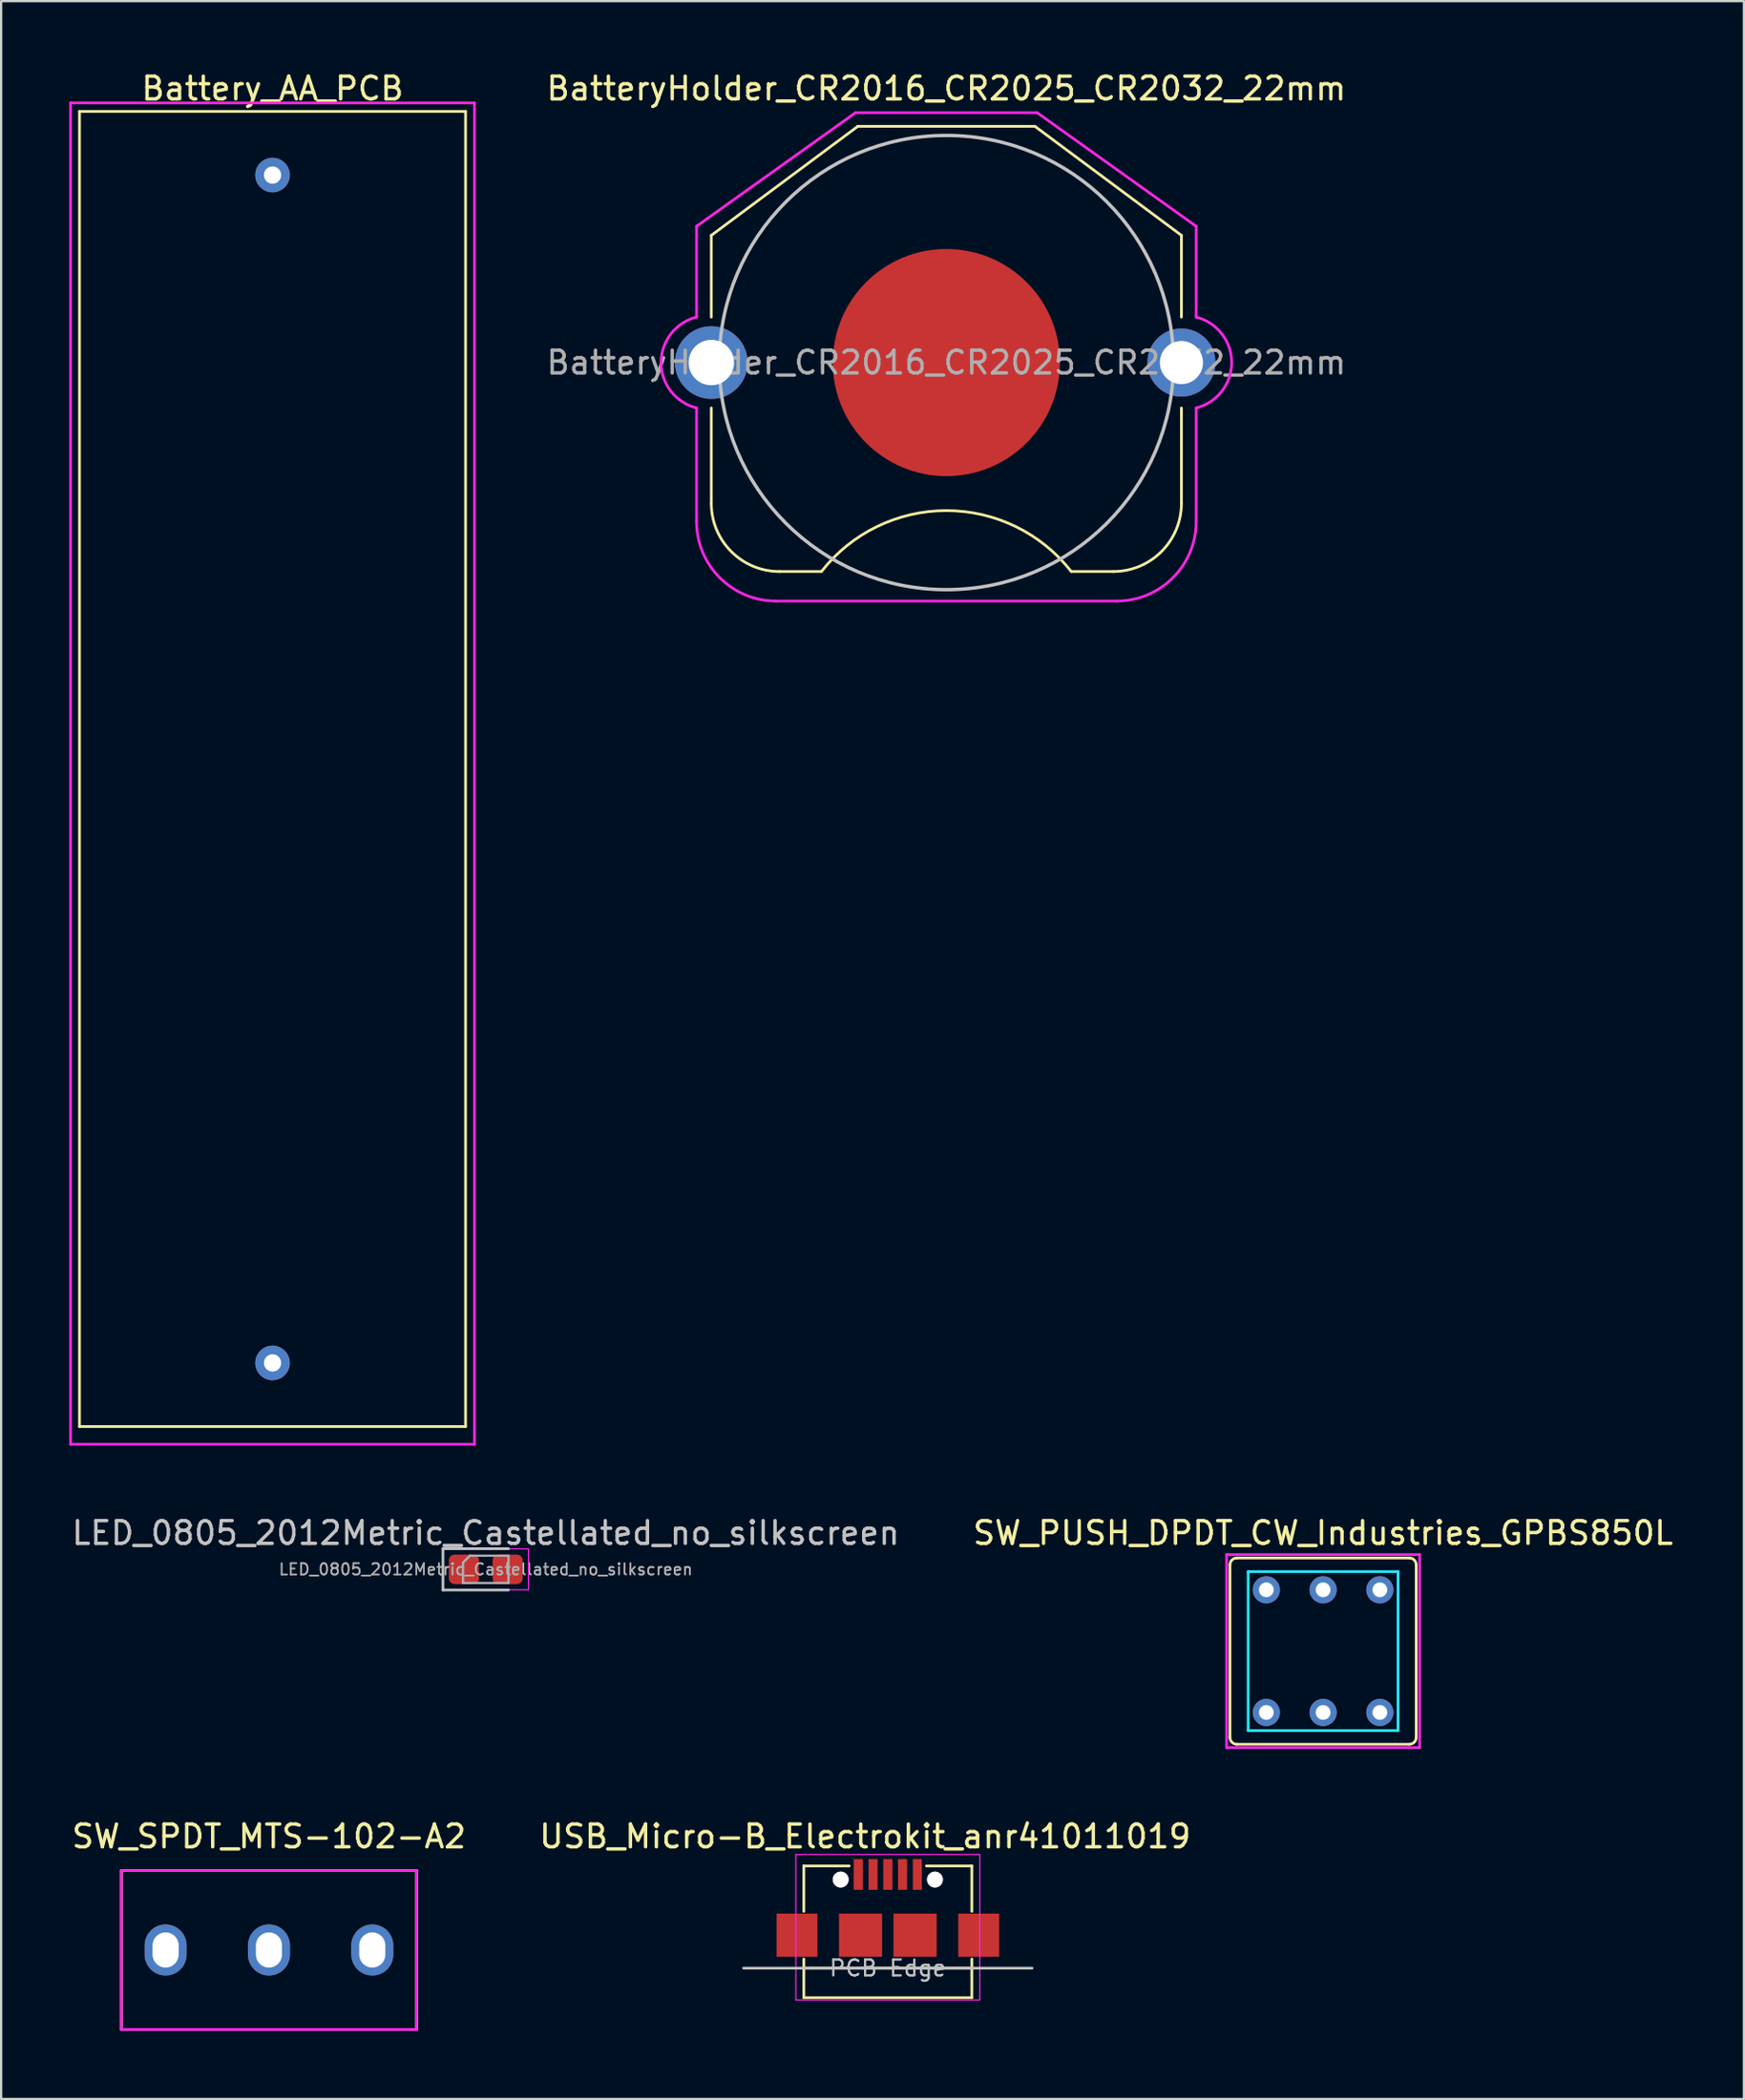
<source format=kicad_pcb>
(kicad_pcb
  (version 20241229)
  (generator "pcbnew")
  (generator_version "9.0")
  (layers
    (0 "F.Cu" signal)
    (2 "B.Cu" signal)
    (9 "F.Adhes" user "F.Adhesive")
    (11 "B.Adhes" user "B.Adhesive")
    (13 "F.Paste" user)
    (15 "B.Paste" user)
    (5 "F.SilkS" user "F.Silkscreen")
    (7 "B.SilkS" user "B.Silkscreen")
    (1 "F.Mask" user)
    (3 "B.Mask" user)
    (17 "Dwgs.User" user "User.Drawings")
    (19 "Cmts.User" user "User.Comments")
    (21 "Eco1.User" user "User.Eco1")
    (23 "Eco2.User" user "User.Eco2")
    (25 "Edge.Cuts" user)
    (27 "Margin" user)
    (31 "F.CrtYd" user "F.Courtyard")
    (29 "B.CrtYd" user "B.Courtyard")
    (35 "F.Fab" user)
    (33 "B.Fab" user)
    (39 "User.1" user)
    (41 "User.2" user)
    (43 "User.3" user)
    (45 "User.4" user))
  (footprint "SW_SPDT_MTS-102-A2"
    (layer "F.Cu")
    (at 8.792 82.805)
    (property "Reference" "SW_SPDT_MTS-102-A2" (at 0 -5 0) (layer "F.SilkS") (effects (font (size 1 1) (thickness 0.15))))
    (attr through_hole)
    (fp_line (start -6.5 -3.5) (end 6.5 -3.5) (stroke (width 0.12) (type solid)) (layer "F.SilkS"))
    (fp_line (start -6.5 3.5) (end -6.5 -3.5) (stroke (width 0.12) (type solid)) (layer "F.SilkS"))
    (fp_line (start 6.5 -3.5) (end 6.5 3.5) (stroke (width 0.12) (type solid)) (layer "F.SilkS"))
    (fp_line (start 6.5 3.5) (end -6.5 3.5) (stroke (width 0.12) (type solid)) (layer "F.SilkS"))
    (fp_line (start -6.5 -3.5) (end 6.5 -3.5) (stroke (width 0.12) (type solid)) (layer "F.CrtYd"))
    (fp_line (start -6.5 3.5) (end -6.5 -3.5) (stroke (width 0.12) (type solid)) (layer "F.CrtYd"))
    (fp_line (start 6.5 -3.5) (end 6.5 3.5) (stroke (width 0.12) (type solid)) (layer "F.CrtYd"))
    (fp_line (start 6.5 3.5) (end -6.5 3.5) (stroke (width 0.12) (type solid)) (layer "F.CrtYd"))
    (pad "1" thru_hole oval (at -4.55 0 270) (size 2.25 1.85) (drill oval 1.55 1.15) (layers "*.Cu" "*.Mask"))
    (pad "2" thru_hole oval (at 0 0 90) (size 2.25 1.85) (drill oval 1.55 1.15) (layers "*.Cu" "*.Mask"))
    (pad "3" thru_hole oval (at 4.55 0 90) (size 2.25 1.85) (drill oval 1.55 1.15) (layers "*.Cu" "*.Mask")))
  (footprint "BatteryHolder_CR2016_CR2025_CR2032_22mm"
    (layer "F.Cu")
    (at 38.62 12.913)
    (property "Reference" "BatteryHolder_CR2016_CR2025_CR2032_22mm" (at 0 -12.065 0) (layer "F.SilkS") (effects (font (size 1 1) (thickness 0.15))))
    (attr through_hole)
    (fp_line (start -10.35 -5.6) (end -10.35 -2) (stroke (width 0.12) (type solid)) (layer "F.SilkS"))
    (fp_line (start -10.35 6.2) (end -10.35 2) (stroke (width 0.12) (type solid)) (layer "F.SilkS"))
    (fp_line (start -7.35 9.2) (end -5.5 9.2) (stroke (width 0.12) (type solid)) (layer "F.SilkS"))
    (fp_line (start -3.9 -10.4) (end -10.35 -5.6) (stroke (width 0.12) (type solid)) (layer "F.SilkS"))
    (fp_line (start -3.9 -10.4) (end 3.9 -10.4) (stroke (width 0.12) (type solid)) (layer "F.SilkS"))
    (fp_line (start 3.9 -10.4) (end 10.35 -5.6) (stroke (width 0.12) (type solid)) (layer "F.SilkS"))
    (fp_line (start 7.35 9.2) (end 5.5 9.2) (stroke (width 0.12) (type solid)) (layer "F.SilkS"))
    (fp_line (start 10.35 -5.6) (end 10.35 -2) (stroke (width 0.12) (type solid)) (layer "F.SilkS"))
    (fp_line (start 10.35 2) (end 10.35 6.2) (stroke (width 0.12) (type solid)) (layer "F.SilkS"))
    (fp_arc (start -7.35 9.2) (mid -9.47132 8.32132) (end -10.35 6.2) (stroke (width 0.12) (type solid)) (layer "F.SilkS"))
    (fp_arc (start -5.5 9.2) (mid 0 6.518596) (end 5.5 9.2) (stroke (width 0.12) (type solid)) (layer "F.SilkS"))
    (fp_arc (start 10.35 6.2) (mid 9.47132 8.32132) (end 7.35 9.2) (stroke (width 0.12) (type solid)) (layer "F.SilkS"))
    (fp_circle (center 0 0) (end 10 0) (stroke (width 0.15) (type solid)) (fill no) (layer "Dwgs.User"))
    (fp_line (start -11 -6) (end -4 -11) (stroke (width 0.12) (type solid)) (layer "F.CrtYd"))
    (fp_line (start -11 -2) (end -11 -6) (stroke (width 0.12) (type solid)) (layer "F.CrtYd"))
    (fp_line (start -11 7) (end -11 2) (stroke (width 0.12) (type solid)) (layer "F.CrtYd"))
    (fp_line (start -4 -11) (end 4 -11) (stroke (width 0.12) (type solid)) (layer "F.CrtYd"))
    (fp_line (start 4 -11) (end 11 -6) (stroke (width 0.12) (type solid)) (layer "F.CrtYd"))
    (fp_line (start 7.5 10.5) (end -7.5 10.5) (stroke (width 0.12) (type solid)) (layer "F.CrtYd"))
    (fp_line (start 11 -6) (end 11 -2) (stroke (width 0.12) (type solid)) (layer "F.CrtYd"))
    (fp_line (start 11 2) (end 11 7) (stroke (width 0.12) (type solid)) (layer "F.CrtYd"))
    (fp_arc (start -11 1.999999) (mid -12.561552 0) (end -10.999999 -1.999999) (stroke (width 0.12) (type solid)) (layer "F.CrtYd"))
    (fp_arc (start -7.5 10.5) (mid -9.974874 9.474874) (end -11 7) (stroke (width 0.12) (type solid)) (layer "F.CrtYd"))
    (fp_arc (start 11 -2) (mid 12.561553 0) (end 11 2) (stroke (width 0.12) (type solid)) (layer "F.CrtYd"))
    (fp_arc (start 11 7) (mid 9.974874 9.474874) (end 7.5 10.5) (stroke (width 0.12) (type solid)) (layer "F.CrtYd"))
    (fp_text user "${REFERENCE}" (at 0 0 0) (layer "F.Fab") (effects (font (size 1 1) (thickness 0.15))))
    (pad "1" thru_hole circle (at -10.35 0) (size 3.2 3.2) (drill 2) (layers "*.Cu" "*.Mask"))
    (pad "1" thru_hole circle (at 10.35 0) (size 3 3) (drill 1.9) (layers "*.Cu" "*.Mask"))
    (pad "2" smd circle (at 0 0) (size 10 10) (layers "F.Cu" "F.Mask")))
  (footprint "Battery_AA_PCB"
    (layer "F.Cu")
    (at 8.95 4.658)
    (property "Reference" "Battery_AA_PCB" (at 0 -3.81 0) (layer "F.SilkS") (effects (font (size 1 1) (thickness 0.15))))
    (attr through_hole)
    (fp_line (start -8.5 -2.8) (end 8.5 -2.8) (stroke (width 0.12) (type solid)) (layer "F.SilkS"))
    (fp_line (start -8.5 55.1) (end -8.5 -2.8) (stroke (width 0.12) (type solid)) (layer "F.SilkS"))
    (fp_line (start 8.5 -2.8) (end 8.5 55.1) (stroke (width 0.12) (type solid)) (layer "F.SilkS"))
    (fp_line (start 8.5 55.1) (end -8.5 55.1) (stroke (width 0.12) (type solid)) (layer "F.SilkS"))
    (fp_line (start -8.89 -3.175) (end 8.89 -3.175) (stroke (width 0.12) (type solid)) (layer "F.CrtYd"))
    (fp_line (start -8.89 55.88) (end -8.89 -3.175) (stroke (width 0.12) (type solid)) (layer "F.CrtYd"))
    (fp_line (start 8.89 -3.175) (end 8.89 55.88) (stroke (width 0.12) (type solid)) (layer "F.CrtYd"))
    (fp_line (start 8.89 55.88) (end -8.89 55.88) (stroke (width 0.12) (type solid)) (layer "F.CrtYd"))
    (pad "1" thru_hole circle (at 0 0 270) (size 1.524 1.524) (drill 0.762) (layers "*.Cu" "*.Mask"))
    (pad "2" thru_hole circle (at 0 52.3 270) (size 1.524 1.524) (drill 0.762) (layers "*.Cu" "*.Mask")))
  (footprint "USB_Micro-B_Electrokit_anr41011019"
    (layer "F.Cu")
    (at 36.042 83.605)
    (property "Reference" "USB_Micro-B_Electrokit_anr41011019" (at -1 -5.8 0) (layer "F.SilkS") (effects (font (size 1 1) (thickness 0.15))))
    (attr smd)
    (fp_line (start -3.7 -4.5) (end -3.7 -2.5) (stroke (width 0.12) (type solid)) (layer "F.SilkS"))
    (fp_line (start -3.7 -4.5) (end -1.7 -4.5) (stroke (width 0.12) (type solid)) (layer "F.SilkS"))
    (fp_line (start -3.7 -0.4) (end -3.7 1.3) (stroke (width 0.12) (type solid)) (layer "F.SilkS"))
    (fp_line (start -3.7 1.3) (end 3.7 1.3) (stroke (width 0.12) (type solid)) (layer "F.SilkS"))
    (fp_line (start 1.7 -4.5) (end 3.7 -4.5) (stroke (width 0.12) (type solid)) (layer "F.SilkS"))
    (fp_line (start 3.7 -4.5) (end 3.7 -2.5) (stroke (width 0.12) (type solid)) (layer "F.SilkS"))
    (fp_line (start 3.7 -0.4) (end 3.7 1.3) (stroke (width 0.12) (type solid)) (layer "F.SilkS"))
    (fp_line (start 3.7 0) (end -3.7 0) (stroke (width 0.12) (type solid)) (layer "F.SilkS"))
    (fp_line (start -6.35 0) (end 6.35 0) (stroke (width 0.12) (type solid)) (layer "Dwgs.User"))
    (fp_line (start -4.05 -5) (end 4.05 -5) (stroke (width 0.05) (type solid)) (layer "F.CrtYd"))
    (fp_line (start -4.05 1.4) (end -4.05 -5) (stroke (width 0.05) (type solid)) (layer "F.CrtYd"))
    (fp_line (start 4.05 -5) (end 4.05 1.4) (stroke (width 0.05) (type solid)) (layer "F.CrtYd"))
    (fp_line (start 4.05 1.4) (end -4.05 1.4) (stroke (width 0.05) (type solid)) (layer "F.CrtYd"))
    (fp_text user "PCB Edge" (at 0 0 0) (layer "Dwgs.User") (effects (font (size 0.7 0.7) (thickness 0.1))))
    (pad "" thru_hole circle (at -2.075 -3.9) (size 0.7 0.7) (drill 0.7) (layers "*.Cu" "*.Mask"))
    (pad "" thru_hole circle (at 2.075 -3.9) (size 0.7 0.7) (drill 0.7) (layers "*.Cu" "*.Mask"))
    (pad "1" smd rect (at -1.3 -4.125 90) (size 1.35 0.4) (layers "F.Cu" "F.Mask" "F.Paste"))
    (pad "2" smd rect (at -0.65 -4.125 90) (size 1.35 0.4) (layers "F.Cu" "F.Mask" "F.Paste"))
    (pad "3" smd rect (at 0 -4.125 90) (size 1.35 0.4) (layers "F.Cu" "F.Mask" "F.Paste"))
    (pad "4" smd rect (at 0.65 -4.125 90) (size 1.35 0.4) (layers "F.Cu" "F.Mask" "F.Paste"))
    (pad "5" smd rect (at 1.3 -4.125 90) (size 1.35 0.4) (layers "F.Cu" "F.Mask" "F.Paste"))
    (pad "6" smd rect (at -4 -1.45) (size 1.8 1.9) (layers "F.Cu" "F.Mask" "F.Paste"))
    (pad "6" smd rect (at -1.2 -1.45 90) (size 1.9 1.9) (layers "F.Cu" "F.Mask" "F.Paste"))
    (pad "6" smd rect (at 1.2 -1.45 90) (size 1.9 1.9) (layers "F.Cu" "F.Mask" "F.Paste"))
    (pad "6" smd rect (at 4 -1.45) (size 1.8 1.9) (layers "F.Cu" "F.Mask" "F.Paste")))
  (footprint "LED_0805_2012Metric_Castellated_no_silkscreen"
    (layer "F.Cu")
    (at 18.339 66.046)
    (property "Reference" "LED_0805_2012Metric_Castellated_no_silkscreen" (at 0 -1.6 0) (layer "Dwgs.User") (effects (font (size 1 1) (thickness 0.15))))
    (attr smd)
    (fp_line (start -1.885 -0.91) (end -1.885 0.91) (stroke (width 0.12) (type solid)) (layer "Dwgs.User"))
    (fp_line (start -1.885 0.91) (end 1 0.91) (stroke (width 0.12) (type solid)) (layer "Dwgs.User"))
    (fp_line (start 1 -0.91) (end -1.885 -0.91) (stroke (width 0.12) (type solid)) (layer "Dwgs.User"))
    (fp_line (start -1.88 -0.9) (end 1.88 -0.9) (stroke (width 0.05) (type solid)) (layer "F.CrtYd"))
    (fp_line (start -1.88 0.9) (end -1.88 -0.9) (stroke (width 0.05) (type solid)) (layer "F.CrtYd"))
    (fp_line (start 1.88 -0.9) (end 1.88 0.9) (stroke (width 0.05) (type solid)) (layer "F.CrtYd"))
    (fp_line (start 1.88 0.9) (end -1.88 0.9) (stroke (width 0.05) (type solid)) (layer "F.CrtYd"))
    (fp_line (start -1 -0.3) (end -1 0.6) (stroke (width 0.1) (type solid)) (layer "F.Fab"))
    (fp_line (start -1 0.6) (end 1 0.6) (stroke (width 0.1) (type solid)) (layer "F.Fab"))
    (fp_line (start -0.7 -0.6) (end -1 -0.3) (stroke (width 0.1) (type solid)) (layer "F.Fab"))
    (fp_line (start 1 -0.6) (end -0.7 -0.6) (stroke (width 0.1) (type solid)) (layer "F.Fab"))
    (fp_line (start 1 0.6) (end 1 -0.6) (stroke (width 0.1) (type solid)) (layer "F.Fab"))
    (fp_text user "${REFERENCE}" (at 0 0 0) (layer "F.Fab") (effects (font (size 0.5 0.5) (thickness 0.08))))
    (pad "1" smd roundrect (at -0.963 0) (size 1.325 1.3) (layers "F.Cu" "F.Mask" "F.Paste") (roundrect_rratio 0.192))
    (pad "2" smd roundrect (at 0.963 0) (size 1.325 1.3) (layers "F.Cu" "F.Mask" "F.Paste") (roundrect_rratio 0.192)))
  (footprint "SW_PUSH_DPDT_CW_Industries_GPBS850L"
    (layer "F.Cu")
    (at 52.708 66.947)
    (property "Reference" "SW_PUSH_DPDT_CW_Industries_GPBS850L" (at 2.5 -2.5 0) (layer "F.SilkS") (effects (font (size 1 1) (thickness 0.15))))
    (attr through_hole)
    (fp_line (start -1.6 6.5) (end -1.6 -1.1) (stroke (width 0.12) (type solid)) (layer "F.SilkS"))
    (fp_line (start -1.3 -1.4) (end 6.3 -1.4) (stroke (width 0.12) (type solid)) (layer "F.SilkS"))
    (fp_line (start 6.3 6.8) (end -1.3 6.8) (stroke (width 0.12) (type solid)) (layer "F.SilkS"))
    (fp_line (start 6.6 -1.1) (end 6.6 6.5) (stroke (width 0.12) (type solid)) (layer "F.SilkS"))
    (fp_arc (start -1.6 -1.1) (mid -1.512132 -1.312132) (end -1.3 -1.4) (stroke (width 0.12) (type solid)) (layer "F.SilkS"))
    (fp_arc (start -1.3 6.8) (mid -1.512132 6.712132) (end -1.6 6.5) (stroke (width 0.12) (type solid)) (layer "F.SilkS"))
    (fp_arc (start 6.3 -1.4) (mid 6.512132 -1.312132) (end 6.6 -1.1) (stroke (width 0.12) (type solid)) (layer "F.SilkS"))
    (fp_arc (start 6.6 6.5) (mid 6.512132 6.712132) (end 6.3 6.8) (stroke (width 0.12) (type solid)) (layer "F.SilkS"))
    (fp_line (start -0.8 -0.8) (end 5.8 -0.8) (stroke (width 0.12) (type solid)) (layer "B.CrtYd"))
    (fp_line (start -0.8 6.2) (end -0.8 -0.8) (stroke (width 0.12) (type solid)) (layer "B.CrtYd"))
    (fp_line (start 5.8 -0.8) (end 5.8 6.2) (stroke (width 0.12) (type solid)) (layer "B.CrtYd"))
    (fp_line (start 5.8 6.2) (end -0.8 6.2) (stroke (width 0.12) (type solid)) (layer "B.CrtYd"))
    (fp_line (start -1.75 -1.55) (end 6.75 -1.55) (stroke (width 0.12) (type solid)) (layer "F.CrtYd"))
    (fp_line (start -1.75 6.95) (end -1.75 -1.55) (stroke (width 0.12) (type solid)) (layer "F.CrtYd"))
    (fp_line (start 6.75 -1.55) (end 6.75 6.95) (stroke (width 0.12) (type solid)) (layer "F.CrtYd"))
    (fp_line (start 6.75 6.95) (end -1.75 6.95) (stroke (width 0.12) (type solid)) (layer "F.CrtYd"))
    (pad "1" thru_hole circle (at 0 0) (size 1.2 1.2) (drill 0.65) (layers "*.Cu" "*.Mask"))
    (pad "2" thru_hole circle (at 2.5 0) (size 1.2 1.2) (drill 0.65) (layers "*.Cu" "*.Mask"))
    (pad "3" thru_hole circle (at 5 0) (size 1.2 1.2) (drill 0.65) (layers "*.Cu" "*.Mask"))
    (pad "4" thru_hole circle (at 0 5.4) (size 1.2 1.2) (drill 0.65) (layers "*.Cu" "*.Mask"))
    (pad "5" thru_hole circle (at 2.5 5.4) (size 1.2 1.2) (drill 0.65) (layers "*.Cu" "*.Mask"))
    (pad "6" thru_hole circle (at 5 5.4) (size 1.2 1.2) (drill 0.65) (layers "*.Cu" "*.Mask")))
  (gr_rect
    (start -3 -3)
    (end 73.738 89.365)
    (stroke (width 0.1) (type default))
    (fill no)
    (layer "Edge.Cuts")))
</source>
